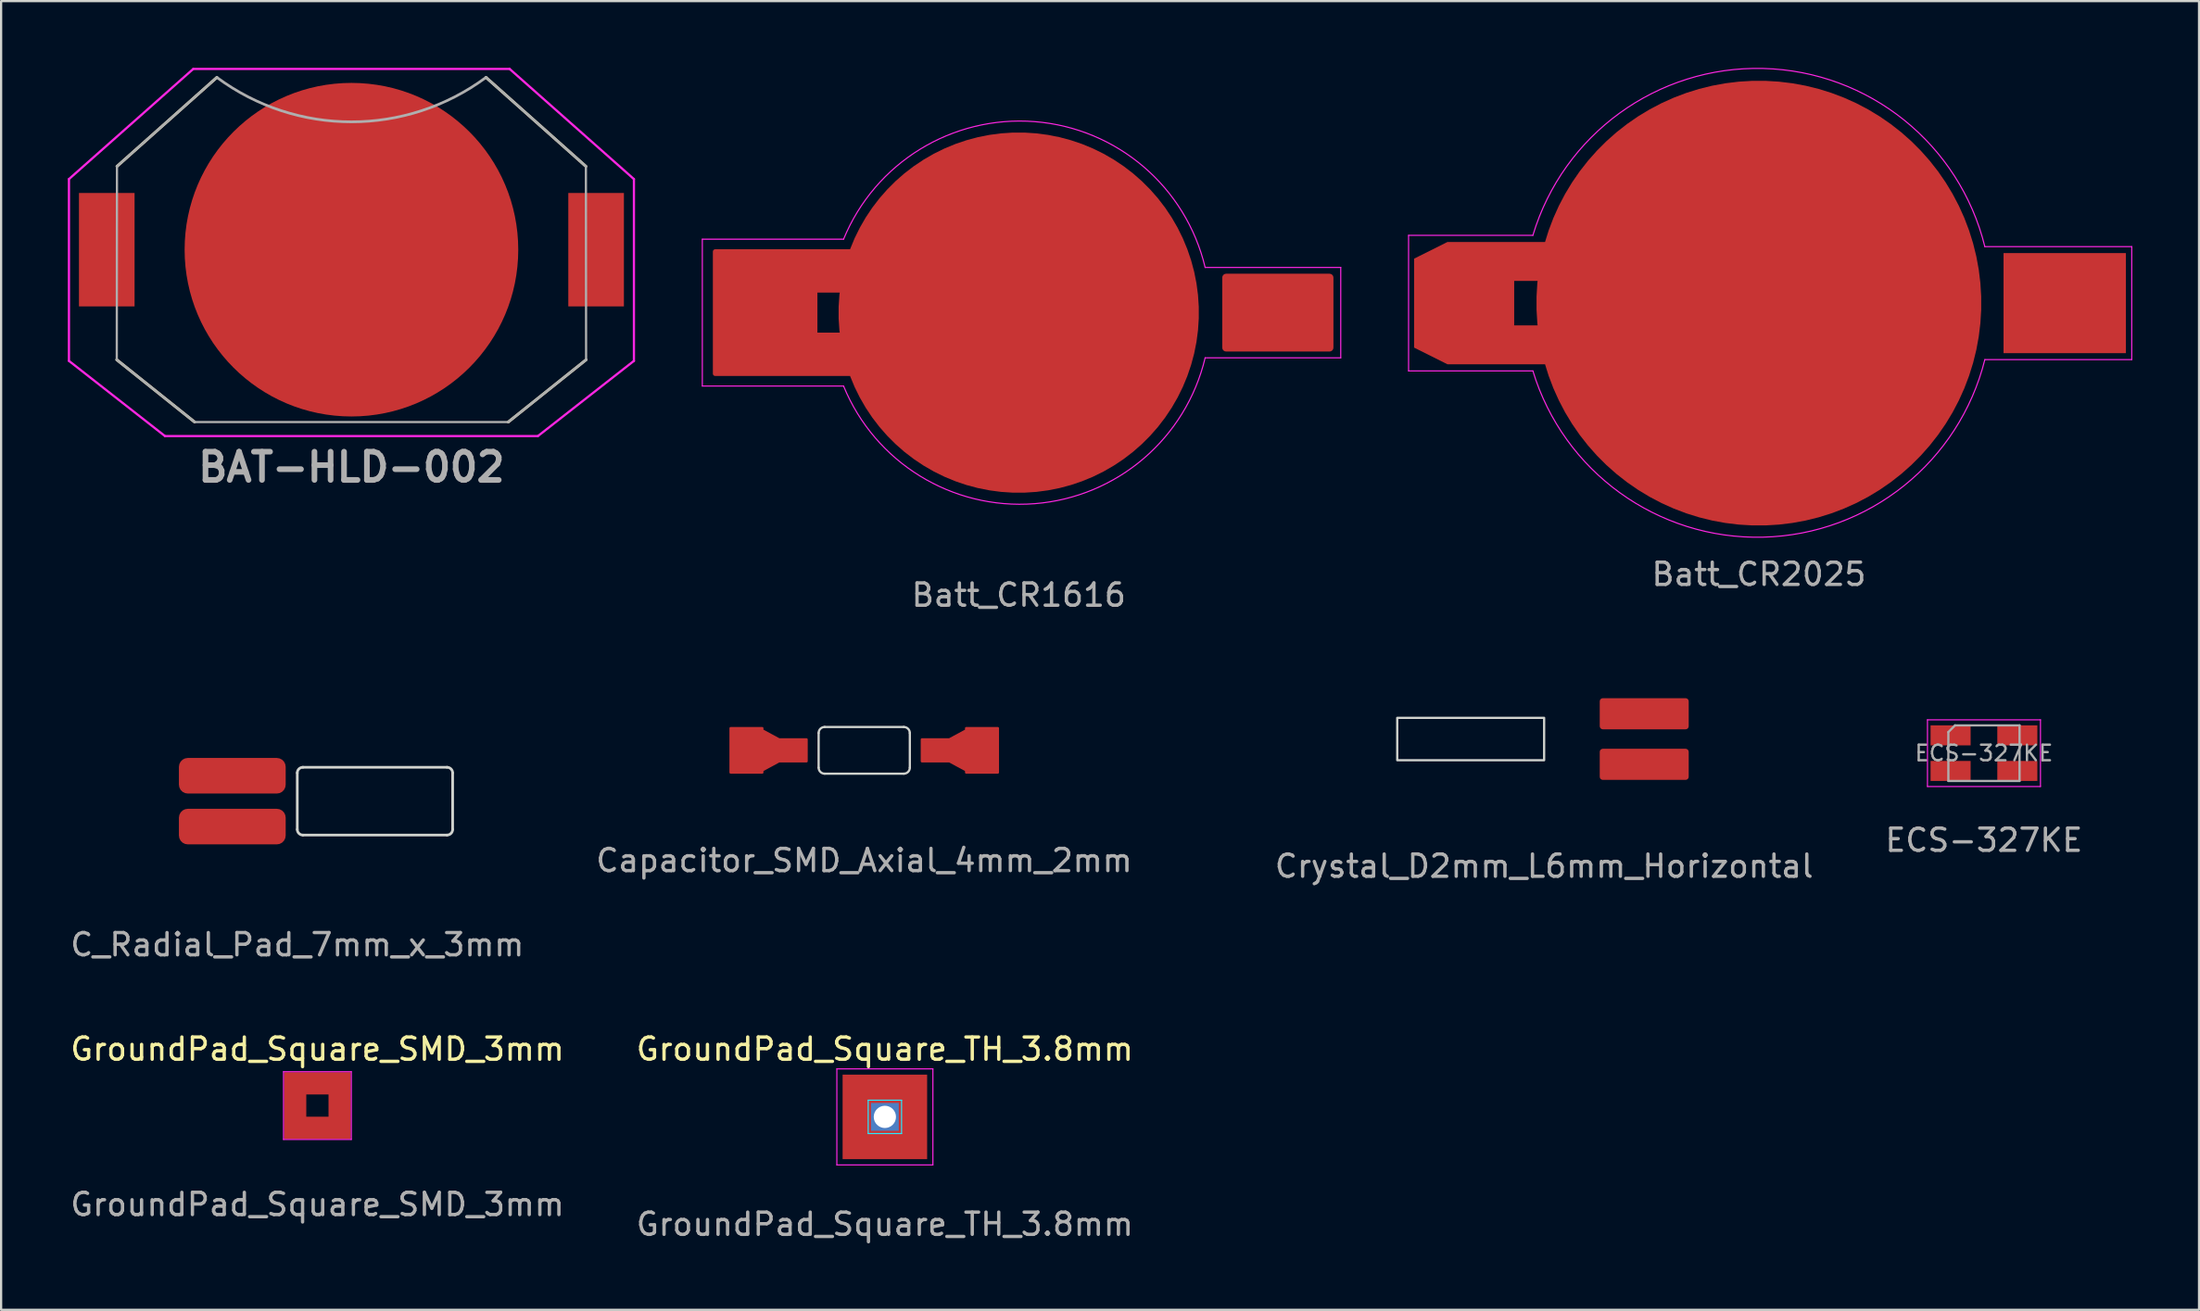
<source format=kicad_pcb>
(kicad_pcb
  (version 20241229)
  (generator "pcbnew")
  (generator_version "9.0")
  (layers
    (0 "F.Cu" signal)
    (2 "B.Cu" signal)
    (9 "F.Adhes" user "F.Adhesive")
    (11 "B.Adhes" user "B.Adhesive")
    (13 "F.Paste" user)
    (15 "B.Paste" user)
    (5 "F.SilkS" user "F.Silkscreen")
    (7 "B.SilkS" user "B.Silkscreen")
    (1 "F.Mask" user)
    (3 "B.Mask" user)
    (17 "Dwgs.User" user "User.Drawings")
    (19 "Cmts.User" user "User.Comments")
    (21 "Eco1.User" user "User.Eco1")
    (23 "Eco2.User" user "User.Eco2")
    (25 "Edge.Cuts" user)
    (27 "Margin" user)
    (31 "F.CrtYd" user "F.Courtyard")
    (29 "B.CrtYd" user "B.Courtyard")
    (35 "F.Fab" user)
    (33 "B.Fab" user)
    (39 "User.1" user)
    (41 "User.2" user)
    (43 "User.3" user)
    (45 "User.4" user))
  (footprint "C_Radial_Pad_7mm_x_3mm"
    (layer "F.Cu")
    (at 10.315 32.977)
    (property "Reference" "C_Radial_Pad_7mm_x_3mm" (at 0 -4.572 0) (unlocked yes) (layer "F.Mask") (effects (font (size 1 1) (thickness 0.15))))
    (attr smd)
    (fp_line (start 0 1.27) (end 0 -1.27) (stroke (width 0.12) (type solid)) (layer "Edge.Cuts"))
    (fp_line (start 0.254 -1.524) (end 6.731 -1.524) (stroke (width 0.12) (type solid)) (layer "Edge.Cuts"))
    (fp_line (start 6.731 1.524) (end 0.254 1.524) (stroke (width 0.12) (type solid)) (layer "Edge.Cuts"))
    (fp_line (start 6.985 -1.27) (end 6.985 1.27) (stroke (width 0.12) (type solid)) (layer "Edge.Cuts"))
    (fp_arc (start 0 -1.27) (mid 0.074395 -1.449605) (end 0.254 -1.524) (stroke (width 0.12) (type solid)) (layer "Edge.Cuts"))
    (fp_arc (start 0.254 1.524) (mid 0.074395 1.449605) (end 0 1.27) (stroke (width 0.12) (type solid)) (layer "Edge.Cuts"))
    (fp_arc (start 6.731 -1.524) (mid 6.910605 -1.449605) (end 6.985 -1.27) (stroke (width 0.12) (type solid)) (layer "Edge.Cuts"))
    (fp_arc (start 6.985 1.27) (mid 6.910605 1.449605) (end 6.731 1.524) (stroke (width 0.12) (type solid)) (layer "Edge.Cuts"))
    (fp_text user "${REFERENCE}" (at 0 6.453 0) (unlocked yes) (layer "F.Fab") (effects (font (size 1 1) (thickness 0.15))))
    (pad "1" smd roundrect (at -2.921 -1.143) (size 4.8 1.6) (layers "F.Cu" "F.Mask" "F.Paste") (roundrect_rratio 0.25))
    (pad "2" smd roundrect (at -2.921 1.143) (size 4.8 1.6) (layers "F.Cu" "F.Mask" "F.Paste") (roundrect_rratio 0.25))
    (zone (net_name "") (layer "F.Cu") (hatch edge 0.508) (connect_pads) (min_thickness 0.254) (filled_areas_thickness no) (keepout (tracks allowed) (vias allowed) (pads allowed) (copperpour not_allowed) (footprints allowed)) (placement (enabled no)) (fill) (polygon (pts (xy 10.315 33.612) (xy 4.981 33.612) (xy 4.981 32.215) (xy 10.315 32.215)))))
  (footprint "GroundPad_Square_SMD_3mm"
    (layer "F.Cu")
    (at 11.22 46.666)
    (property "Reference" "GroundPad_Square_SMD_3mm" (at 0 -2.54 0) (unlocked yes) (layer "F.SilkS") (effects (font (size 1 1) (thickness 0.15))))
    (attr smd)
    (fp_line (start -1.524 -1.524) (end 1.524 -1.524) (stroke (width 0.05) (type solid)) (layer "F.CrtYd"))
    (fp_line (start -1.524 1.524) (end -1.524 -1.524) (stroke (width 0.05) (type solid)) (layer "F.CrtYd"))
    (fp_line (start 1.524 -1.524) (end 1.524 1.524) (stroke (width 0.05) (type solid)) (layer "F.CrtYd"))
    (fp_line (start 1.524 1.524) (end -1.524 1.524) (stroke (width 0.05) (type solid)) (layer "F.CrtYd"))
    (fp_text user "${REFERENCE}" (at 0 4.445 0) (unlocked yes) (layer "F.Fab") (effects (font (size 1 1) (thickness 0.15))))
    (pad "1" smd custom (at 0 0) (size 0.001 0.001) (layers "F.Cu" "F.Mask") (options (anchor rect)) (primitives (gr_poly (pts (xy -1.5 -1.5) (xy -1.5 1.5) (xy 1.5 1.5) (xy 1.5 -1.5) (xy 0.5 -1.5) (xy 0.5 0.5) (xy -0.5 0.5) (xy -0.5 -1.5)) (width 0) (fill yes)) (gr_poly (pts (xy -0.5 -1.5) (xy -0.5 -0.5) (xy 0.5 -0.5) (xy 0.5 -1.5)) (width 0) (fill yes))))
    (zone (net_name "") (layers "F.Cu" "B.Cu") (hatch edge 0.508) (connect_pads) (min_thickness 0.254) (filled_areas_thickness no) (keepout (tracks not_allowed) (vias not_allowed) (pads allowed) (copperpour not_allowed) (footprints allowed)) (placement (enabled no)) (fill) (polygon (pts (xy 11.72 47.166) (xy 10.72 47.166) (xy 10.72 46.166) (xy 11.72 46.166)))))
  (footprint "GroundPad_Square_TH_3.8mm"
    (layer "F.Cu")
    (at 36.732 47.174)
    (property "Reference" "GroundPad_Square_TH_3.8mm" (at 0 -3.048 0) (unlocked yes) (layer "F.SilkS") (effects (font (size 1 1) (thickness 0.15))))
    (attr through_hole)
    (fp_line (start -0.75 -0.75) (end 0.75 -0.75) (stroke (width 0.05) (type solid)) (layer "B.CrtYd"))
    (fp_line (start -0.75 0.75) (end -0.75 -0.75) (stroke (width 0.05) (type solid)) (layer "B.CrtYd"))
    (fp_line (start 0.75 -0.75) (end 0.75 0.75) (stroke (width 0.05) (type solid)) (layer "B.CrtYd"))
    (fp_line (start 0.75 0.75) (end -0.75 0.75) (stroke (width 0.05) (type solid)) (layer "B.CrtYd"))
    (fp_line (start -2.159 -2.159) (end 2.159 -2.159) (stroke (width 0.05) (type solid)) (layer "F.CrtYd"))
    (fp_line (start -2.159 2.159) (end -2.159 -2.159) (stroke (width 0.05) (type solid)) (layer "F.CrtYd"))
    (fp_line (start 2.159 -2.159) (end 2.159 2.159) (stroke (width 0.05) (type solid)) (layer "F.CrtYd"))
    (fp_line (start 2.159 2.159) (end -2.159 2.159) (stroke (width 0.05) (type solid)) (layer "F.CrtYd"))
    (fp_text user "${REFERENCE}" (at 0 4.826 0) (unlocked yes) (layer "F.Fab") (effects (font (size 1 1) (thickness 0.15))))
    (pad "" thru_hole rect (at 0 0) (size 1.25 1.25) (drill 1) (layers "*.Cu" "*.Mask"))
    (pad "" smd rect (at 0 0) (size 3.8 3.8) (layers "F.Cu" "F.Mask")))
  (footprint "Capacitor_SMD_Axial_4mm_2mm"
    (layer "F.Cu")
    (at 35.804 30.691)
    (property "Reference" "Capacitor_SMD_Axial_4mm_2mm" (at 0 -2.286 0) (unlocked yes) (layer "F.Mask") (effects (font (size 1 1) (thickness 0.15))))
    (attr smd)
    (fp_line (start -2.05 0.778) (end -2.05 -0.778) (stroke (width 0.1) (type solid)) (layer "Edge.Cuts"))
    (fp_line (start -1.778 -1.05) (end 1.778 -1.05) (stroke (width 0.1) (type solid)) (layer "Edge.Cuts"))
    (fp_line (start -1.778 1.05) (end 1.778 1.05) (stroke (width 0.1) (type solid)) (layer "Edge.Cuts"))
    (fp_line (start 2.05 -0.778) (end 2.05 0.778) (stroke (width 0.1) (type solid)) (layer "Edge.Cuts"))
    (fp_arc (start -2.05 -0.778) (mid -1.970333 -0.970333) (end -1.778 -1.05) (stroke (width 0.1) (type solid)) (layer "Edge.Cuts"))
    (fp_arc (start -1.778 1.05) (mid -1.970333 0.970333) (end -2.05 0.778) (stroke (width 0.1) (type solid)) (layer "Edge.Cuts"))
    (fp_arc (start 1.778 -1.05) (mid 1.970333 -0.970333) (end 2.05 -0.778) (stroke (width 0.1) (type solid)) (layer "Edge.Cuts"))
    (fp_arc (start 2.05 0.778) (mid 1.970333 0.970333) (end 1.778 1.05) (stroke (width 0.1) (type solid)) (layer "Edge.Cuts"))
    (fp_text user "${REFERENCE}" (at 0 4.953 0) (unlocked yes) (layer "F.Fab") (effects (font (size 1 1) (thickness 0.15))))
    (pad "1" smd custom (at -3.21 0) (size 1.25 1) (layers "F.Cu" "F.Mask" "F.Paste") (options (anchor rect)) (primitives (gr_poly (pts (xy 0.62 -0.495) (xy -0.62 -0.495) (xy -1.37 -0.9) (xy -1.37 -1) (xy -2.8 -1) (xy -2.8 1) (xy -1.37 1) (xy -1.37 0.9) (xy -0.62 0.495) (xy 0.62 0.495)) (width 0.1) (fill yes))))
    (pad "2" smd custom (at 3.21 0 180) (size 1.25 1) (layers "F.Cu" "F.Mask" "F.Paste") (options (anchor rect)) (primitives (gr_poly (pts (xy 0.62 -0.495) (xy -0.62 -0.495) (xy -1.37 -0.9) (xy -1.37 -1) (xy -2.8 -1) (xy -2.8 1) (xy -1.37 1) (xy -1.37 0.9) (xy -0.62 0.495) (xy 0.62 0.495)) (width 0.1) (fill yes))))
    (zone (net_name "") (layer "F.Cu") (name "BLANK") (hatch edge 0.508) (connect_pads) (min_thickness 0.254) (filled_areas_thickness no) (keepout (tracks allowed) (vias allowed) (pads allowed) (copperpour not_allowed) (footprints allowed)) (placement (enabled no)) (fill) (polygon (pts (xy 40.354 31.741) (xy 31.254 31.741) (xy 31.254 29.641) (xy 40.354 29.641)))))
  (footprint "ECS-327KE"
    (layer "F.Cu")
    (at 86.145 30.818)
    (property "Reference" "ECS-327KE" (at 0 -2.413 0) (unlocked yes) (layer "F.Mask") (effects (font (size 1 1) (thickness 0.15))))
    (attr smd)
    (fp_line (start -2.54 -1.5) (end -2.54 1.5) (stroke (width 0.05) (type solid)) (layer "F.CrtYd"))
    (fp_line (start -2.54 1.5) (end 2.54 1.5) (stroke (width 0.05) (type solid)) (layer "F.CrtYd"))
    (fp_line (start 2.54 -1.5) (end -2.54 -1.5) (stroke (width 0.05) (type solid)) (layer "F.CrtYd"))
    (fp_line (start 2.54 1.5) (end 2.54 -1.5) (stroke (width 0.05) (type solid)) (layer "F.CrtYd"))
    (fp_line (start -1.6 -0.95) (end -1.6 1.25) (stroke (width 0.1) (type solid)) (layer "F.Fab"))
    (fp_line (start -1.6 -0.95) (end -1.3 -1.25) (stroke (width 0.1) (type solid)) (layer "F.Fab"))
    (fp_line (start -1.6 1.25) (end 1.6 1.25) (stroke (width 0.1) (type solid)) (layer "F.Fab"))
    (fp_line (start -1.3 -1.25) (end 1.6 -1.25) (stroke (width 0.1) (type solid)) (layer "F.Fab"))
    (fp_line (start 1.6 -1.25) (end 1.6 1.25) (stroke (width 0.1) (type solid)) (layer "F.Fab"))
    (fp_text user "${REFERENCE}" (at 0 0 0) (layer "F.Fab") (effects (font (size 0.7 0.7) (thickness 0.105))))
    (fp_text user "${REFERENCE}" (at 0 3.913 0) (unlocked yes) (layer "F.Fab") (effects (font (size 1 1) (thickness 0.15))))
    (pad "1" smd rect (at -1.5 -0.8) (size 1.8 0.9) (layers "F.Cu" "F.Mask" "F.Paste"))
    (pad "2" smd rect (at 1.5 -0.8) (size 1.8 0.9) (layers "F.Cu" "F.Mask" "F.Paste"))
    (pad "3" smd rect (at 1.5 0.8) (size 1.8 0.9) (layers "F.Cu" "F.Mask" "F.Paste"))
    (pad "4" smd rect (at -1.5 0.8) (size 1.8 0.9) (layers "F.Cu" "F.Mask" "F.Paste")))
  (footprint "Batt_CR1616"
    (layer "F.Cu")
    (at 42.749 11.008)
    (property "Reference" "Batt_CR1616" (at 0 -10.16 0) (unlocked yes) (layer "F.Mask") (effects (font (size 1 1) (thickness 0.15))))
    (attr smd)
    (fp_rect (start -13.65 -2.75) (end -9.15 2.75) (stroke (width 0.12) (type solid)) (fill yes) (layer "F.Mask"))
    (fp_arc (start -7.4 -2.75) (mid 0 -7.883562) (end 7.4 -2.75) (stroke (width 0.2) (type solid)) (layer "F.Mask"))
    (fp_arc (start 7.4 2.75) (mid 0 7.883562) (end -7.4 2.75) (stroke (width 0.2) (type solid)) (layer "F.Mask"))
    (fp_rect (start -13.65 -2.75) (end -9.15 2.75) (stroke (width 0.12) (type solid)) (fill yes) (layer "F.Paste"))
    (fp_line (start -14.224 -3.302) (end -7.874 -3.302) (stroke (width 0.05) (type solid)) (layer "F.CrtYd"))
    (fp_line (start -14.224 3.302) (end -14.224 -3.302) (stroke (width 0.05) (type solid)) (layer "F.CrtYd"))
    (fp_line (start -7.874 3.302) (end -14.224 3.302) (stroke (width 0.05) (type solid)) (layer "F.CrtYd"))
    (fp_line (start 14.478 -2.032) (end 8.382 -2.032) (stroke (width 0.05) (type solid)) (layer "F.CrtYd"))
    (fp_line (start 14.478 -2.032) (end 14.478 2.032) (stroke (width 0.05) (type solid)) (layer "F.CrtYd"))
    (fp_line (start 14.478 2.032) (end 8.382 2.032) (stroke (width 0.05) (type solid)) (layer "F.CrtYd"))
    (fp_arc (start -7.874 -3.302) (mid 0.716625 -8.588608) (end 8.382 -2.032) (stroke (width 0.05) (type solid)) (layer "F.CrtYd"))
    (fp_arc (start 8.382 2.032) (mid 0.716827 8.591178) (end -7.874 3.302) (stroke (width 0.05) (type solid)) (layer "F.CrtYd"))
    (fp_text user "${REFERENCE}" (at 0 12.7 0) (unlocked yes) (layer "F.Fab") (effects (font (size 1 1) (thickness 0.15))))
    (pad "1" smd custom (at 0 0) (size 16.2 16.2) (layers "F.Cu") (options (anchor circle)) (primitives (gr_poly (pts (xy -7 -2.75) (xy -10 -2.75) (xy -10 -1) (xy -7 -1)) (width 0.2) (fill yes)) (gr_poly (pts (xy -7 2.75) (xy -10 2.75) (xy -10 1) (xy -7 1)) (width 0.2) (fill yes)) (gr_poly (pts (xy -9.15 -2.75) (xy -13.65 -2.75) (xy -13.65 2.75) (xy -9.15 2.75)) (width 0.2) (fill yes))))
    (pad "2" smd roundrect (at 11.65 0) (size 5 3.5) (layers "F.Cu" "F.Mask" "F.Paste") (roundrect_rratio 0.05)))
  (footprint "BAT-HLD-002"
    (layer "F.Cu")
    (at 12.75 8.178)
    (property "Reference" "BAT-HLD-002" (at 0 9.779 0) (layer "F.Fab") (effects (font (size 1.27 1.27) (thickness 0.254))))
    (attr smd)
    (fp_line (start -10.55 4.95) (end -7.05 7.75) (stroke (width 0.12) (type solid)) (layer "F.SilkS"))
    (fp_line (start -6.05 -7.747) (end -10.541 -3.747) (stroke (width 0.12) (type solid)) (layer "F.SilkS"))
    (fp_line (start 6.05 -7.747) (end 10.541 -3.747) (stroke (width 0.12) (type solid)) (layer "F.SilkS"))
    (fp_line (start 10.55 4.95) (end 7.05 7.75) (stroke (width 0.12) (type solid)) (layer "F.SilkS"))
    (fp_line (start -12.7 -3.175) (end -7.112 -8.128) (stroke (width 0.1) (type solid)) (layer "F.CrtYd"))
    (fp_line (start -12.7 5) (end -12.7 -3.175) (stroke (width 0.1) (type solid)) (layer "F.CrtYd"))
    (fp_line (start -8.382 8.382) (end -12.7 5) (stroke (width 0.1) (type solid)) (layer "F.CrtYd"))
    (fp_line (start -7.112 -8.128) (end 7.112 -8.128) (stroke (width 0.1) (type solid)) (layer "F.CrtYd"))
    (fp_line (start 8.382 8.382) (end -8.382 8.382) (stroke (width 0.1) (type solid)) (layer "F.CrtYd"))
    (fp_line (start 8.382 8.382) (end 12.7 5) (stroke (width 0.1) (type solid)) (layer "F.CrtYd"))
    (fp_line (start 12.7 -3.175) (end 7.112 -8.128) (stroke (width 0.1) (type solid)) (layer "F.CrtYd"))
    (fp_line (start 12.7 -3.175) (end 12.7 5) (stroke (width 0.1) (type solid)) (layer "F.CrtYd"))
    (fp_line (start -10.55 4.95) (end -7.05 7.75) (stroke (width 0.12) (type solid)) (layer "F.Fab"))
    (fp_line (start -10.541 -3.747) (end -10.55 4.95) (stroke (width 0.1) (type solid)) (layer "F.Fab"))
    (fp_line (start -7.05 7.75) (end 7.05 7.75) (stroke (width 0.1) (type solid)) (layer "F.Fab"))
    (fp_line (start -6.05 -7.747) (end -10.541 -3.747) (stroke (width 0.12) (type solid)) (layer "F.Fab"))
    (fp_line (start 6.05 -7.747) (end 10.541 -3.747) (stroke (width 0.12) (type solid)) (layer "F.Fab"))
    (fp_line (start 10.55 4.95) (end 7.05 7.75) (stroke (width 0.12) (type solid)) (layer "F.Fab"))
    (fp_line (start 10.55 4.95) (end 10.541 -3.747) (stroke (width 0.1) (type solid)) (layer "F.Fab"))
    (fp_arc (start 6.05 -7.747) (mid 0 -5.749082) (end -6.05 -7.747) (stroke (width 0.12) (type solid)) (layer "F.Fab"))
    (pad "1" smd rect (at -11 0) (size 2.5 5.1) (layers "F.Cu" "F.Mask" "F.Paste"))
    (pad "2" smd rect (at 11 0) (size 2.5 5.1) (layers "F.Cu" "F.Mask" "F.Paste"))
    (pad "3" smd circle (at 0 0 90) (size 15 15) (layers "F.Cu" "F.Mask")))
  (footprint "Batt_CR2025"
    (layer "F.Cu")
    (at 76.025 10.581)
    (property "Reference" "Batt_CR2025" (at 0 12.192 0) (unlocked yes) (layer "F.Fab") (effects (font (size 1 1) (thickness 0.15))))
    (attr smd)
    (fp_arc (start -9.144 -2.794) (mid 0.155773 -9.561) (end 9.230165 -2.494639) (stroke (width 0.2) (type solid)) (layer "F.Mask"))
    (fp_arc (start 9.230165 2.585639) (mid 0.155773 9.652) (end -9.144 2.885) (stroke (width 0.2) (type solid)) (layer "F.Mask"))
    (fp_poly (pts (xy -10.922 2.794) (xy -13.97 2.794) (xy -15.494 2.032) (xy -15.494 -2.032) (xy -13.97 -2.794) (xy -10.922 -2.794)) (stroke (width 0.12) (type solid)) (fill yes) (layer "F.Mask"))
    (fp_poly (pts (xy -10.922 2.794) (xy -13.97 2.794) (xy -15.494 2.032) (xy -15.494 -2.032) (xy -13.97 -2.794) (xy -10.922 -2.794)) (stroke (width 0.12) (type solid)) (fill yes) (layer "F.Paste"))
    (fp_line (start -15.748 -3.048) (end -15.748 3.048) (stroke (width 0.05) (type solid)) (layer "F.CrtYd"))
    (fp_line (start -15.748 3.048) (end -10.16 3.048) (stroke (width 0.05) (type solid)) (layer "F.CrtYd"))
    (fp_line (start -10.16 -3.048) (end -15.748 -3.048) (stroke (width 0.05) (type solid)) (layer "F.CrtYd"))
    (fp_line (start 10.16 2.54) (end 16.764 2.54) (stroke (width 0.05) (type solid)) (layer "F.CrtYd"))
    (fp_line (start 16.764 -2.54) (end 10.16 -2.54) (stroke (width 0.05) (type solid)) (layer "F.CrtYd"))
    (fp_line (start 16.764 2.54) (end 16.764 -2.54) (stroke (width 0.05) (type solid)) (layer "F.CrtYd"))
    (fp_arc (start -10.16 -3.048) (mid 0.193962 -10.552477) (end 10.16 -2.54) (stroke (width 0.05) (type solid)) (layer "F.CrtYd"))
    (fp_arc (start 10.16 2.54) (mid 0.193257 10.524275) (end -10.16 3.048) (stroke (width 0.05) (type solid)) (layer "F.CrtYd"))
    (pad "1" smd custom (at 0 0) (size 20 20) (layers "F.Cu") (options (anchor circle)) (primitives (gr_poly (pts (xy -11 -2.75) (xy -14 -2.75) (xy -15.5 -2) (xy -15.5 2) (xy -14 2.75) (xy -11 2.75)) (width 0) (fill yes)) (gr_poly (pts (xy -8 -2.75) (xy -14 -2.75) (xy -14 -1) (xy -8 -1)) (width 0) (fill yes)) (gr_poly (pts (xy -8 2.75) (xy -14 2.75) (xy -14 1) (xy -8 1)) (width 0) (fill yes))))
    (pad "2" smd rect (at 13.75 0) (size 5.5 4.5) (layers "F.Cu" "F.Mask" "F.Paste"))
    (zone (net_name "") (layer "F.Cu") (hatch edge 0.508) (connect_pads) (min_thickness 0.254) (filled_areas_thickness no) (keepout (tracks allowed) (vias allowed) (pads allowed) (copperpour not_allowed) (footprints allowed)) (placement (enabled no)) (fill) (polygon (pts (xy 67.516 11.597) (xy 64.976 11.597) (xy 64.976 9.565) (xy 67.516 9.565))))
    (zone (net_name "") (layer "F.Cu") (hatch edge 0.508) (connect_pads) (min_thickness 0.254) (filled_areas_thickness no) (keepout (tracks allowed) (vias allowed) (pads allowed) (copperpour not_allowed) (footprints allowed)) (placement (enabled no)) (fill) (polygon (pts (xy 87.074 13.121) (xy 86.312 13.121) (xy 85.931 14.264) (xy 85.423 14.264) (xy 85.423 6.898) (xy 85.931 6.898) (xy 86.312 8.041) (xy 87.074 8.041)))))
  (footprint "Crystal_D2mm_L6mm_Horizontal"
    (layer "F.Cu")
    (at 66.371 30.183)
    (property "Reference" "Crystal_D2mm_L6mm_Horizontal" (at -3.175 -1.778 0) (unlocked yes) (layer "F.Mask") (effects (font (size 1 1) (thickness 0.15))))
    (attr smd)
    (fp_rect (start -6.604 -0.953) (end 0 0.953) (stroke (width 0.1) (type solid)) (fill no) (layer "Edge.Cuts"))
    (fp_text user "${REFERENCE}" (at 0 5.715 0) (unlocked yes) (layer "F.Fab") (effects (font (size 1 1) (thickness 0.15))))
    (pad "1" smd roundrect (at 4.5 -1.137) (size 4 1.4) (layers "F.Cu" "F.Mask" "F.Paste") (roundrect_rratio 0.1))
    (pad "2" smd roundrect (at 4.5 1.137) (size 4 1.4) (layers "F.Cu" "F.Mask" "F.Paste") (roundrect_rratio 0.1))
    (zone (net_name "") (layer "F.Cu") (name "PAD_FIX") (hatch edge 0.508) (connect_pads) (min_thickness 0.254) (filled_areas_thickness no) (keepout (tracks allowed) (vias allowed) (pads allowed) (copperpour not_allowed) (footprints allowed)) (placement (enabled no)) (fill) (polygon (pts (xy 73.102 32.215) (xy 68.657 32.215) (xy 66.371 31.199) (xy 66.371 29.167) (xy 68.657 28.151) (xy 73.102 28.151)))))
  (gr_rect
    (start -3 -3)
    (end 95.814 55.849)
    (stroke (width 0.1) (type default))
    (fill no)
    (layer "Edge.Cuts")))
</source>
